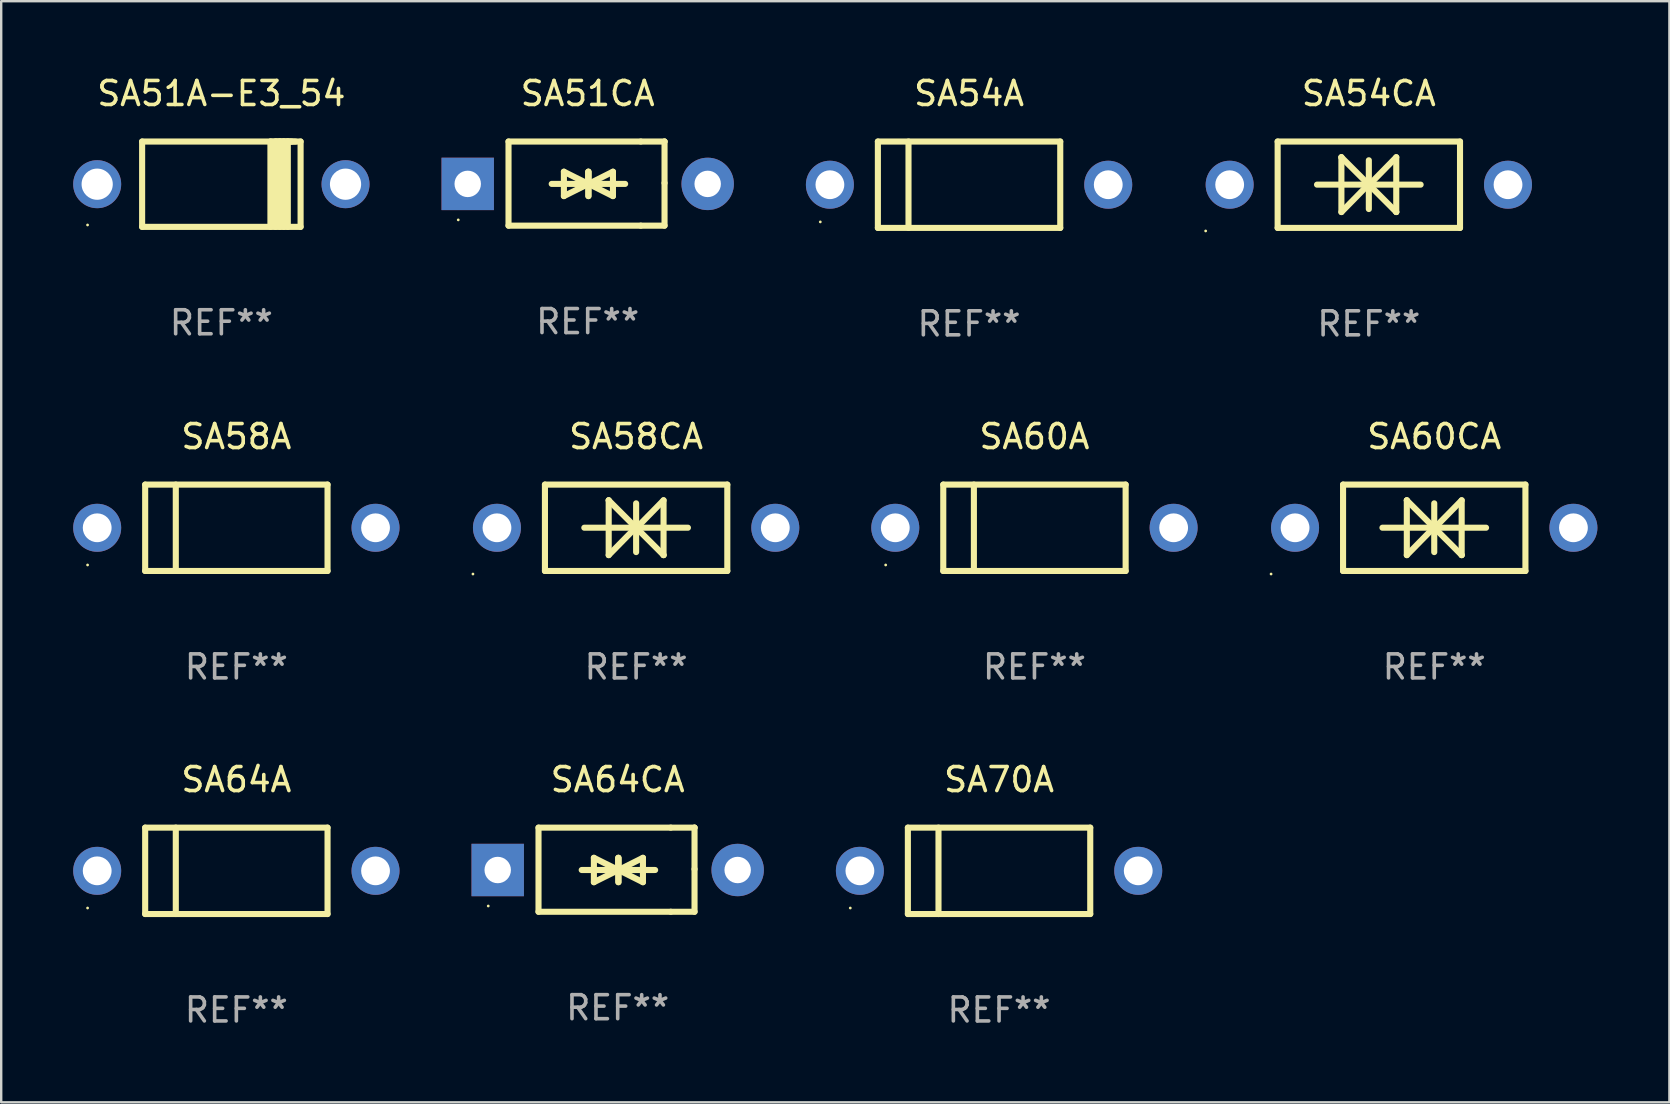
<source format=kicad_pcb>
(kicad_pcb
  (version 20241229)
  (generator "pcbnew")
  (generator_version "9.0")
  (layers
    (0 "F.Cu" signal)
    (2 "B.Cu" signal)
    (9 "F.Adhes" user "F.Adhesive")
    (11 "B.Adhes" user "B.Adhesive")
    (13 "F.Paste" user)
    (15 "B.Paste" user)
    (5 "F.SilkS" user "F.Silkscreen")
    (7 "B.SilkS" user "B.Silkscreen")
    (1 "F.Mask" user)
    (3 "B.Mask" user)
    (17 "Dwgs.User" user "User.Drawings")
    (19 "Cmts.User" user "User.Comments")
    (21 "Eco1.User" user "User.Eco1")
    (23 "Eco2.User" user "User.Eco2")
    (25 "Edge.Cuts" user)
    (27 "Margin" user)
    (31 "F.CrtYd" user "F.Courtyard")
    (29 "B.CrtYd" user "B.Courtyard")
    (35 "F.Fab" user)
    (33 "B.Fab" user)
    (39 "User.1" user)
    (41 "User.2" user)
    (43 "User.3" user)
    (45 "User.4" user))
  (footprint "SA54A"
    (layer "F.Cu")
    (at 37.335 4.648)
    (property "Reference" "SA54A" (at 0 -3.8 0) (layer "F.SilkS") (effects (font (size 1 1) (thickness 0.15))))
    (attr through_hole)
    (fp_line (start -3.8 -1.8) (end -3.8 1.8) (stroke (width 0.254) (type solid)) (layer "F.SilkS"))
    (fp_line (start -3.8 -1.8) (end 3.8 -1.8) (stroke (width 0.254) (type solid)) (layer "F.SilkS"))
    (fp_line (start -3.8 1.8) (end 3.8 1.8) (stroke (width 0.254) (type solid)) (layer "F.SilkS"))
    (fp_line (start -2.524 -1.8) (end -2.524 1.8) (stroke (width 0.254) (type solid)) (layer "F.SilkS"))
    (fp_line (start 3.8 -1.8) (end 3.8 1.8) (stroke (width 0.254) (type solid)) (layer "F.SilkS"))
    (fp_circle (center -6.2 1.55) (end -6.17 1.55) (stroke (width 0.06) (type solid)) (fill no) (layer "F.SilkS"))
    (fp_text user "REF**" (at 0 5.8 0) (layer "F.Fab") (effects (font (size 1 1) (thickness 0.15))))
    (pad "1" thru_hole circle (at -5.8 0) (size 2 2) (drill 1.2) (layers "*.Cu" "*.Mask"))
    (pad "2" thru_hole circle (at 5.8 0) (size 2 2) (drill 1.2) (layers "*.Cu" "*.Mask")))
  (footprint "SA54CA"
    (layer "F.Cu")
    (at 53.995 4.648)
    (property "Reference" "SA54CA" (at 0 -3.8 0) (layer "F.SilkS") (effects (font (size 1 1) (thickness 0.15))))
    (attr through_hole)
    (fp_line (start -3.8 -1.8) (end -3.8 1.8) (stroke (width 0.254) (type solid)) (layer "F.SilkS"))
    (fp_line (start -3.8 -1.8) (end 3.8 -1.8) (stroke (width 0.254) (type solid)) (layer "F.SilkS"))
    (fp_line (start -3.8 1.8) (end 3.8 1.8) (stroke (width 0.254) (type solid)) (layer "F.SilkS"))
    (fp_line (start -2.159 -0.003) (end 2.159 -0.003) (stroke (width 0.254) (type solid)) (layer "F.SilkS"))
    (fp_line (start -1.143 -1.146) (end -1.143 1.14) (stroke (width 0.254) (type solid)) (layer "F.SilkS"))
    (fp_line (start -1.143 -1.143) (end -1.143 -1.146) (stroke (width 0.254) (type solid)) (layer "F.SilkS"))
    (fp_line (start 0 -1.019) (end 0 1.013) (stroke (width 0.254) (type solid)) (layer "F.SilkS"))
    (fp_line (start 0 -0.026) (end -1.143 1.14) (stroke (width 0.254) (type solid)) (layer "F.SilkS"))
    (fp_line (start 0 -0.006) (end 1.143 1.137) (stroke (width 0.254) (type solid)) (layer "F.SilkS"))
    (fp_line (start 0 0) (end -1.143 -1.143) (stroke (width 0.254) (type solid)) (layer "F.SilkS"))
    (fp_line (start 0 0.02) (end 1.143 -1.146) (stroke (width 0.254) (type solid)) (layer "F.SilkS"))
    (fp_line (start 1.143 1.137) (end 1.143 1.14) (stroke (width 0.254) (type solid)) (layer "F.SilkS"))
    (fp_line (start 1.143 1.14) (end 1.143 -1.146) (stroke (width 0.254) (type solid)) (layer "F.SilkS"))
    (fp_line (start 3.8 -1.8) (end 3.8 1.8) (stroke (width 0.254) (type solid)) (layer "F.SilkS"))
    (fp_circle (center -6.8 1.927) (end -6.77 1.927) (stroke (width 0.06) (type solid)) (fill no) (layer "F.SilkS"))
    (fp_text user "REF**" (at 0 5.8 0) (layer "F.Fab") (effects (font (size 1 1) (thickness 0.15))))
    (pad "1" thru_hole circle (at -5.8 0) (size 2 2) (drill 1.2) (layers "*.Cu" "*.Mask"))
    (pad "2" thru_hole circle (at 5.8 0) (size 2 2) (drill 1.2) (layers "*.Cu" "*.Mask")))
  (footprint "SA70A"
    (layer "F.Cu")
    (at 38.585 33.241)
    (property "Reference" "SA70A" (at 0 -3.8 0) (layer "F.SilkS") (effects (font (size 1 1) (thickness 0.15))))
    (attr through_hole)
    (fp_line (start -3.8 -1.8) (end -3.8 1.8) (stroke (width 0.254) (type solid)) (layer "F.SilkS"))
    (fp_line (start -3.8 -1.8) (end 3.8 -1.8) (stroke (width 0.254) (type solid)) (layer "F.SilkS"))
    (fp_line (start -3.8 1.8) (end 3.8 1.8) (stroke (width 0.254) (type solid)) (layer "F.SilkS"))
    (fp_line (start -2.524 -1.8) (end -2.524 1.8) (stroke (width 0.254) (type solid)) (layer "F.SilkS"))
    (fp_line (start 3.8 -1.8) (end 3.8 1.8) (stroke (width 0.254) (type solid)) (layer "F.SilkS"))
    (fp_circle (center -6.2 1.55) (end -6.17 1.55) (stroke (width 0.06) (type solid)) (fill no) (layer "F.SilkS"))
    (fp_text user "REF**" (at 0 5.8 0) (layer "F.Fab") (effects (font (size 1 1) (thickness 0.15))))
    (pad "1" thru_hole circle (at -5.8 0) (size 2 2) (drill 1.2) (layers "*.Cu" "*.Mask"))
    (pad "2" thru_hole circle (at 5.8 0) (size 2 2) (drill 1.2) (layers "*.Cu" "*.Mask")))
  (footprint "SA58CA"
    (layer "F.Cu")
    (at 23.46 18.945)
    (property "Reference" "SA58CA" (at 0 -3.8 0) (layer "F.SilkS") (effects (font (size 1 1) (thickness 0.15))))
    (attr through_hole)
    (fp_line (start -3.8 -1.8) (end -3.8 1.8) (stroke (width 0.254) (type solid)) (layer "F.SilkS"))
    (fp_line (start -3.8 -1.8) (end 3.8 -1.8) (stroke (width 0.254) (type solid)) (layer "F.SilkS"))
    (fp_line (start -3.8 1.8) (end 3.8 1.8) (stroke (width 0.254) (type solid)) (layer "F.SilkS"))
    (fp_line (start -2.159 -0.003) (end 2.159 -0.003) (stroke (width 0.254) (type solid)) (layer "F.SilkS"))
    (fp_line (start -1.143 -1.146) (end -1.143 1.14) (stroke (width 0.254) (type solid)) (layer "F.SilkS"))
    (fp_line (start -1.143 -1.143) (end -1.143 -1.146) (stroke (width 0.254) (type solid)) (layer "F.SilkS"))
    (fp_line (start 0 -1.019) (end 0 1.013) (stroke (width 0.254) (type solid)) (layer "F.SilkS"))
    (fp_line (start 0 -0.026) (end -1.143 1.14) (stroke (width 0.254) (type solid)) (layer "F.SilkS"))
    (fp_line (start 0 -0.006) (end 1.143 1.137) (stroke (width 0.254) (type solid)) (layer "F.SilkS"))
    (fp_line (start 0 0) (end -1.143 -1.143) (stroke (width 0.254) (type solid)) (layer "F.SilkS"))
    (fp_line (start 0 0.02) (end 1.143 -1.146) (stroke (width 0.254) (type solid)) (layer "F.SilkS"))
    (fp_line (start 1.143 1.137) (end 1.143 1.14) (stroke (width 0.254) (type solid)) (layer "F.SilkS"))
    (fp_line (start 1.143 1.14) (end 1.143 -1.146) (stroke (width 0.254) (type solid)) (layer "F.SilkS"))
    (fp_line (start 3.8 -1.8) (end 3.8 1.8) (stroke (width 0.254) (type solid)) (layer "F.SilkS"))
    (fp_circle (center -6.8 1.927) (end -6.77 1.927) (stroke (width 0.06) (type solid)) (fill no) (layer "F.SilkS"))
    (fp_text user "REF**" (at 0 5.8 0) (layer "F.Fab") (effects (font (size 1 1) (thickness 0.15))))
    (pad "1" thru_hole circle (at -5.8 0) (size 2 2) (drill 1.2) (layers "*.Cu" "*.Mask"))
    (pad "2" thru_hole circle (at 5.8 0) (size 2 2) (drill 1.2) (layers "*.Cu" "*.Mask")))
  (footprint "SA51A-E3_54"
    (layer "F.Cu")
    (at 6.175 4.626)
    (property "Reference" "SA51A-E3_54" (at 0 -3.778 0) (layer "F.SilkS") (effects (font (size 1 1) (thickness 0.15))))
    (attr through_hole)
    (fp_line (start -3.302 -1.778) (end -3.302 1.778) (stroke (width 0.254) (type solid)) (layer "F.SilkS"))
    (fp_line (start -3.302 1.778) (end 3.302 1.778) (stroke (width 0.254) (type solid)) (layer "F.SilkS"))
    (fp_line (start 2.045 -1.778) (end 2.045 1.778) (stroke (width 0.254) (type solid)) (layer "F.SilkS"))
    (fp_line (start 2.261 -1.778) (end 2.261 1.778) (stroke (width 0.254) (type solid)) (layer "F.SilkS"))
    (fp_line (start 2.421 -1.778) (end 2.045 -1.778) (stroke (width 0.254) (type solid)) (layer "F.SilkS"))
    (fp_line (start 2.439 -1.778) (end 2.439 1.778) (stroke (width 0.254) (type solid)) (layer "F.SilkS"))
    (fp_line (start 2.579 -1.778) (end 2.261 -1.778) (stroke (width 0.254) (type solid)) (layer "F.SilkS"))
    (fp_line (start 2.604 -1.778) (end 2.604 1.778) (stroke (width 0.254) (type solid)) (layer "F.SilkS"))
    (fp_line (start 2.757 -1.778) (end 2.439 -1.778) (stroke (width 0.254) (type solid)) (layer "F.SilkS"))
    (fp_line (start 2.769 -1.778) (end 2.769 1.778) (stroke (width 0.254) (type solid)) (layer "F.SilkS"))
    (fp_line (start 2.922 -1.778) (end 2.604 -1.778) (stroke (width 0.254) (type solid)) (layer "F.SilkS"))
    (fp_line (start 3.087 -1.778) (end 2.769 -1.778) (stroke (width 0.254) (type solid)) (layer "F.SilkS"))
    (fp_line (start 3.302 -1.778) (end -3.302 -1.778) (stroke (width 0.254) (type solid)) (layer "F.SilkS"))
    (fp_line (start 3.302 1.778) (end 3.302 -1.778) (stroke (width 0.254) (type solid)) (layer "F.SilkS"))
    (fp_circle (center -5.576 1.7) (end -5.546 1.7) (stroke (width 0.06) (type solid)) (fill no) (layer "F.SilkS"))
    (fp_text user "REF**" (at 0 5.778 0) (layer "F.Fab") (effects (font (size 1 1) (thickness 0.15))))
    (pad "1" thru_hole circle (at -5.175 0) (size 2 2) (drill 1.3) (layers "*.Cu" "*.Mask"))
    (pad "2" thru_hole circle (at 5.175 0) (size 2 2) (drill 1.3) (layers "*.Cu" "*.Mask")))
  (footprint "SA60CA"
    (layer "F.Cu")
    (at 56.721 18.945)
    (property "Reference" "SA60CA" (at 0 -3.8 0) (layer "F.SilkS") (effects (font (size 1 1) (thickness 0.15))))
    (attr through_hole)
    (fp_line (start -3.8 -1.8) (end -3.8 1.8) (stroke (width 0.254) (type solid)) (layer "F.SilkS"))
    (fp_line (start -3.8 -1.8) (end 3.8 -1.8) (stroke (width 0.254) (type solid)) (layer "F.SilkS"))
    (fp_line (start -3.8 1.8) (end 3.8 1.8) (stroke (width 0.254) (type solid)) (layer "F.SilkS"))
    (fp_line (start -2.159 -0.003) (end 2.159 -0.003) (stroke (width 0.254) (type solid)) (layer "F.SilkS"))
    (fp_line (start -1.143 -1.146) (end -1.143 1.14) (stroke (width 0.254) (type solid)) (layer "F.SilkS"))
    (fp_line (start -1.143 -1.143) (end -1.143 -1.146) (stroke (width 0.254) (type solid)) (layer "F.SilkS"))
    (fp_line (start 0 -1.019) (end 0 1.013) (stroke (width 0.254) (type solid)) (layer "F.SilkS"))
    (fp_line (start 0 -0.026) (end -1.143 1.14) (stroke (width 0.254) (type solid)) (layer "F.SilkS"))
    (fp_line (start 0 -0.006) (end 1.143 1.137) (stroke (width 0.254) (type solid)) (layer "F.SilkS"))
    (fp_line (start 0 0) (end -1.143 -1.143) (stroke (width 0.254) (type solid)) (layer "F.SilkS"))
    (fp_line (start 0 0.02) (end 1.143 -1.146) (stroke (width 0.254) (type solid)) (layer "F.SilkS"))
    (fp_line (start 1.143 1.137) (end 1.143 1.14) (stroke (width 0.254) (type solid)) (layer "F.SilkS"))
    (fp_line (start 1.143 1.14) (end 1.143 -1.146) (stroke (width 0.254) (type solid)) (layer "F.SilkS"))
    (fp_line (start 3.8 -1.8) (end 3.8 1.8) (stroke (width 0.254) (type solid)) (layer "F.SilkS"))
    (fp_circle (center -6.8 1.927) (end -6.77 1.927) (stroke (width 0.06) (type solid)) (fill no) (layer "F.SilkS"))
    (fp_text user "REF**" (at 0 5.8 0) (layer "F.Fab") (effects (font (size 1 1) (thickness 0.15))))
    (pad "1" thru_hole circle (at -5.8 0) (size 2 2) (drill 1.2) (layers "*.Cu" "*.Mask"))
    (pad "2" thru_hole circle (at 5.8 0) (size 2 2) (drill 1.2) (layers "*.Cu" "*.Mask")))
  (footprint "SA58A"
    (layer "F.Cu")
    (at 6.8 18.945)
    (property "Reference" "SA58A" (at 0 -3.8 0) (layer "F.SilkS") (effects (font (size 1 1) (thickness 0.15))))
    (attr through_hole)
    (fp_line (start -3.8 -1.8) (end -3.8 1.8) (stroke (width 0.254) (type solid)) (layer "F.SilkS"))
    (fp_line (start -3.8 -1.8) (end 3.8 -1.8) (stroke (width 0.254) (type solid)) (layer "F.SilkS"))
    (fp_line (start -3.8 1.8) (end 3.8 1.8) (stroke (width 0.254) (type solid)) (layer "F.SilkS"))
    (fp_line (start -2.524 -1.8) (end -2.524 1.8) (stroke (width 0.254) (type solid)) (layer "F.SilkS"))
    (fp_line (start 3.8 -1.8) (end 3.8 1.8) (stroke (width 0.254) (type solid)) (layer "F.SilkS"))
    (fp_circle (center -6.2 1.55) (end -6.17 1.55) (stroke (width 0.06) (type solid)) (fill no) (layer "F.SilkS"))
    (fp_text user "REF**" (at 0 5.8 0) (layer "F.Fab") (effects (font (size 1 1) (thickness 0.15))))
    (pad "1" thru_hole circle (at -5.8 0) (size 2 2) (drill 1.2) (layers "*.Cu" "*.Mask"))
    (pad "2" thru_hole circle (at 5.8 0) (size 2 2) (drill 1.2) (layers "*.Cu" "*.Mask")))
  (footprint "SA64CA"
    (layer "F.Cu")
    (at 22.692 33.194)
    (property "Reference" "SA64CA" (at 0 -3.753 0) (layer "F.SilkS") (effects (font (size 1 1) (thickness 0.15))))
    (attr through_hole)
    (fp_line (start -3.3 -1.753) (end 2.212 -1.753) (stroke (width 0.254) (type solid)) (layer "F.SilkS"))
    (fp_line (start -3.3 1.753) (end -3.3 -1.753) (stroke (width 0.254) (type solid)) (layer "F.SilkS"))
    (fp_line (start -1.5 0.013) (end 0.532 0.013) (stroke (width 0.254) (type solid)) (layer "F.SilkS"))
    (fp_line (start -0.992 -0.495) (end -0.992 0.521) (stroke (width 0.254) (type solid)) (layer "F.SilkS"))
    (fp_line (start -0.992 0.521) (end 0.024 0.013) (stroke (width 0.254) (type solid)) (layer "F.SilkS"))
    (fp_line (start 0.024 -0.495) (end 0.024 0.521) (stroke (width 0.254) (type solid)) (layer "F.SilkS"))
    (fp_line (start 0.024 0.013) (end -0.992 -0.495) (stroke (width 0.254) (type solid)) (layer "F.SilkS"))
    (fp_line (start 0.024 0.013) (end 0.024 -0.495) (stroke (width 0.254) (type solid)) (layer "F.SilkS"))
    (fp_line (start 0.036 0.013) (end 1.052 0.521) (stroke (width 0.254) (type solid)) (layer "F.SilkS"))
    (fp_line (start 0.036 0.521) (end 0.036 -0.495) (stroke (width 0.254) (type solid)) (layer "F.SilkS"))
    (fp_line (start 1.052 -0.495) (end 0.036 0.013) (stroke (width 0.254) (type solid)) (layer "F.SilkS"))
    (fp_line (start 1.052 0.521) (end 1.052 -0.495) (stroke (width 0.254) (type solid)) (layer "F.SilkS"))
    (fp_line (start 1.56 0.013) (end -0.472 0.013) (stroke (width 0.254) (type solid)) (layer "F.SilkS"))
    (fp_line (start 2.212 -1.753) (end 3.202 -1.753) (stroke (width 0.254) (type solid)) (layer "F.SilkS"))
    (fp_line (start 2.212 1.753) (end -3.3 1.753) (stroke (width 0.254) (type solid)) (layer "F.SilkS"))
    (fp_line (start 3.202 -1.753) (end 3.202 -1.753) (stroke (width 0.254) (type solid)) (layer "F.SilkS"))
    (fp_line (start 3.202 -1.753) (end 3.202 -0.025) (stroke (width 0.254) (type solid)) (layer "F.SilkS"))
    (fp_line (start 3.202 -0.025) (end 3.202 1.753) (stroke (width 0.254) (type solid)) (layer "F.SilkS"))
    (fp_line (start 3.202 1.753) (end 2.212 1.753) (stroke (width 0.254) (type solid)) (layer "F.SilkS"))
    (fp_circle (center -5.395 1.513) (end -5.365 1.513) (stroke (width 0.06) (type solid)) (fill no) (layer "F.SilkS"))
    (fp_text user "REF**" (at 0 5.753 0) (layer "F.Fab") (effects (font (size 1 1) (thickness 0.15))))
    (pad "1" thru_hole rect (at -5 0.013 180) (size 2.184 2.184) (drill 1.102) (layers "*.Cu" "*.Mask"))
    (pad "2" thru_hole circle (at 5 0.013) (size 2.184 2.184) (drill 1.102) (layers "*.Cu" "*.Mask")))
  (footprint "SA51CA"
    (layer "F.Cu")
    (at 21.442 4.601)
    (property "Reference" "SA51CA" (at 0 -3.753 0) (layer "F.SilkS") (effects (font (size 1 1) (thickness 0.15))))
    (attr through_hole)
    (fp_line (start -3.3 -1.753) (end 2.212 -1.753) (stroke (width 0.254) (type solid)) (layer "F.SilkS"))
    (fp_line (start -3.3 1.753) (end -3.3 -1.753) (stroke (width 0.254) (type solid)) (layer "F.SilkS"))
    (fp_line (start -1.5 0.013) (end 0.532 0.013) (stroke (width 0.254) (type solid)) (layer "F.SilkS"))
    (fp_line (start -0.992 -0.495) (end -0.992 0.521) (stroke (width 0.254) (type solid)) (layer "F.SilkS"))
    (fp_line (start -0.992 0.521) (end 0.024 0.013) (stroke (width 0.254) (type solid)) (layer "F.SilkS"))
    (fp_line (start 0.024 -0.495) (end 0.024 0.521) (stroke (width 0.254) (type solid)) (layer "F.SilkS"))
    (fp_line (start 0.024 0.013) (end -0.992 -0.495) (stroke (width 0.254) (type solid)) (layer "F.SilkS"))
    (fp_line (start 0.024 0.013) (end 0.024 -0.495) (stroke (width 0.254) (type solid)) (layer "F.SilkS"))
    (fp_line (start 0.036 0.013) (end 1.052 0.521) (stroke (width 0.254) (type solid)) (layer "F.SilkS"))
    (fp_line (start 0.036 0.521) (end 0.036 -0.495) (stroke (width 0.254) (type solid)) (layer "F.SilkS"))
    (fp_line (start 1.052 -0.495) (end 0.036 0.013) (stroke (width 0.254) (type solid)) (layer "F.SilkS"))
    (fp_line (start 1.052 0.521) (end 1.052 -0.495) (stroke (width 0.254) (type solid)) (layer "F.SilkS"))
    (fp_line (start 1.56 0.013) (end -0.472 0.013) (stroke (width 0.254) (type solid)) (layer "F.SilkS"))
    (fp_line (start 2.212 -1.753) (end 3.202 -1.753) (stroke (width 0.254) (type solid)) (layer "F.SilkS"))
    (fp_line (start 2.212 1.753) (end -3.3 1.753) (stroke (width 0.254) (type solid)) (layer "F.SilkS"))
    (fp_line (start 3.202 -1.753) (end 3.202 -1.753) (stroke (width 0.254) (type solid)) (layer "F.SilkS"))
    (fp_line (start 3.202 -1.753) (end 3.202 -0.025) (stroke (width 0.254) (type solid)) (layer "F.SilkS"))
    (fp_line (start 3.202 -0.025) (end 3.202 1.753) (stroke (width 0.254) (type solid)) (layer "F.SilkS"))
    (fp_line (start 3.202 1.753) (end 2.212 1.753) (stroke (width 0.254) (type solid)) (layer "F.SilkS"))
    (fp_circle (center -5.395 1.513) (end -5.365 1.513) (stroke (width 0.06) (type solid)) (fill no) (layer "F.SilkS"))
    (fp_text user "REF**" (at 0 5.753 0) (layer "F.Fab") (effects (font (size 1 1) (thickness 0.15))))
    (pad "1" thru_hole rect (at -5 0.013 180) (size 2.184 2.184) (drill 1.102) (layers "*.Cu" "*.Mask"))
    (pad "2" thru_hole circle (at 5 0.013) (size 2.184 2.184) (drill 1.102) (layers "*.Cu" "*.Mask")))
  (footprint "SA60A"
    (layer "F.Cu")
    (at 40.06 18.945)
    (property "Reference" "SA60A" (at 0 -3.8 0) (layer "F.SilkS") (effects (font (size 1 1) (thickness 0.15))))
    (attr through_hole)
    (fp_line (start -3.8 -1.8) (end -3.8 1.8) (stroke (width 0.254) (type solid)) (layer "F.SilkS"))
    (fp_line (start -3.8 -1.8) (end 3.8 -1.8) (stroke (width 0.254) (type solid)) (layer "F.SilkS"))
    (fp_line (start -3.8 1.8) (end 3.8 1.8) (stroke (width 0.254) (type solid)) (layer "F.SilkS"))
    (fp_line (start -2.524 -1.8) (end -2.524 1.8) (stroke (width 0.254) (type solid)) (layer "F.SilkS"))
    (fp_line (start 3.8 -1.8) (end 3.8 1.8) (stroke (width 0.254) (type solid)) (layer "F.SilkS"))
    (fp_circle (center -6.2 1.55) (end -6.17 1.55) (stroke (width 0.06) (type solid)) (fill no) (layer "F.SilkS"))
    (fp_text user "REF**" (at 0 5.8 0) (layer "F.Fab") (effects (font (size 1 1) (thickness 0.15))))
    (pad "1" thru_hole circle (at -5.8 0) (size 2 2) (drill 1.2) (layers "*.Cu" "*.Mask"))
    (pad "2" thru_hole circle (at 5.8 0) (size 2 2) (drill 1.2) (layers "*.Cu" "*.Mask")))
  (footprint "SA64A"
    (layer "F.Cu")
    (at 6.8 33.241)
    (property "Reference" "SA64A" (at 0 -3.8 0) (layer "F.SilkS") (effects (font (size 1 1) (thickness 0.15))))
    (attr through_hole)
    (fp_line (start -3.8 -1.8) (end -3.8 1.8) (stroke (width 0.254) (type solid)) (layer "F.SilkS"))
    (fp_line (start -3.8 -1.8) (end 3.8 -1.8) (stroke (width 0.254) (type solid)) (layer "F.SilkS"))
    (fp_line (start -3.8 1.8) (end 3.8 1.8) (stroke (width 0.254) (type solid)) (layer "F.SilkS"))
    (fp_line (start -2.524 -1.8) (end -2.524 1.8) (stroke (width 0.254) (type solid)) (layer "F.SilkS"))
    (fp_line (start 3.8 -1.8) (end 3.8 1.8) (stroke (width 0.254) (type solid)) (layer "F.SilkS"))
    (fp_circle (center -6.2 1.55) (end -6.17 1.55) (stroke (width 0.06) (type solid)) (fill no) (layer "F.SilkS"))
    (fp_text user "REF**" (at 0 5.8 0) (layer "F.Fab") (effects (font (size 1 1) (thickness 0.15))))
    (pad "1" thru_hole circle (at -5.8 0) (size 2 2) (drill 1.2) (layers "*.Cu" "*.Mask"))
    (pad "2" thru_hole circle (at 5.8 0) (size 2 2) (drill 1.2) (layers "*.Cu" "*.Mask")))
  (gr_rect
    (start -3 -3)
    (end 66.521 42.889)
    (stroke (width 0.1) (type default))
    (fill no)
    (layer "Edge.Cuts")))
</source>
